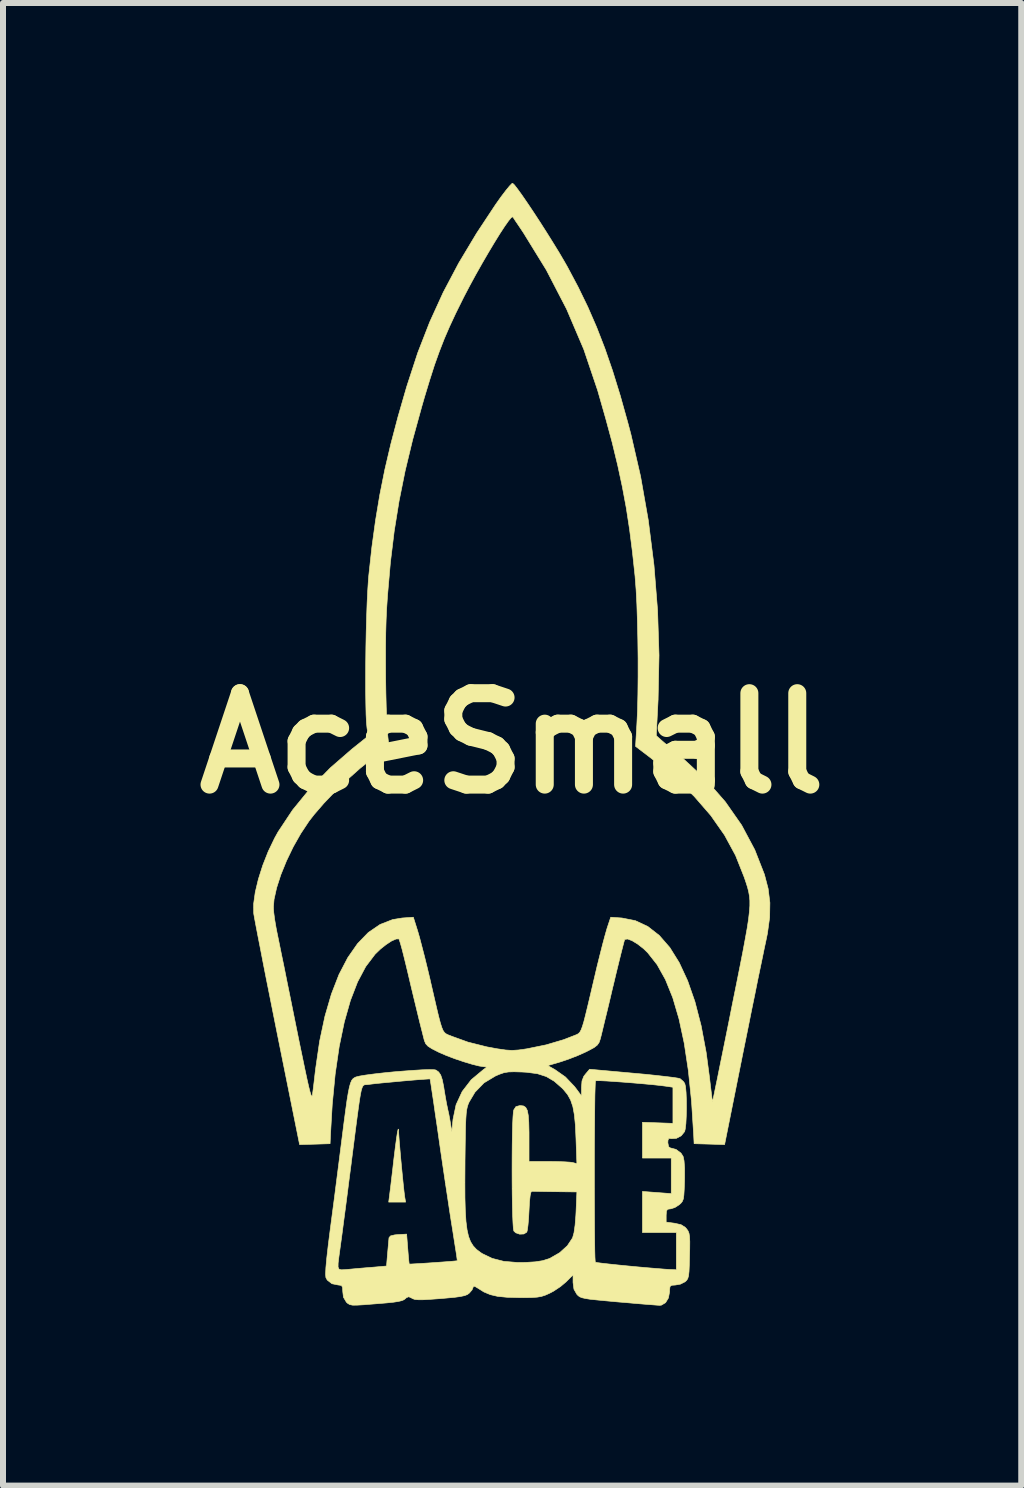
<source format=kicad_pcb>
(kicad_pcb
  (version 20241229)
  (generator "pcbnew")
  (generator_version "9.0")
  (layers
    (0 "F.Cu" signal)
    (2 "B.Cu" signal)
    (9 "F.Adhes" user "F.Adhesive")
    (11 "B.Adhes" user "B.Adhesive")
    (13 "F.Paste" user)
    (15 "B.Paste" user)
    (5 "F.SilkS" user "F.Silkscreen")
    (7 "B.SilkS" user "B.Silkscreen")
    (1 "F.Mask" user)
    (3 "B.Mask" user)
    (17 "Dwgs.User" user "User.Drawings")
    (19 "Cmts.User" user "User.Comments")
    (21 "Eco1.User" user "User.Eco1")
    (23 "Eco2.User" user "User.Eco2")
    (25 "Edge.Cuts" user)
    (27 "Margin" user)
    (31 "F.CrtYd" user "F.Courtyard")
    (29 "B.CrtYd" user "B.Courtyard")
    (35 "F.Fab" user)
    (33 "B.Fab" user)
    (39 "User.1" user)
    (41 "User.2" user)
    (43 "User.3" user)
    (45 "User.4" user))
  (footprint "AceSmall"
    (layer "F.Cu")
    (at 5.486 9.339)
    (property "Reference" "AceSmall" (at 0 0 0) (layer "F.SilkS") (effects (font (size 1.524 1.524) (thickness 0.3))))
    (attr through_hole)
    (fp_poly (pts (xy -1.893 6.436) (xy -1.891 6.481) (xy -1.888 6.534) (xy -1.881 6.632) (xy -1.87 6.761) (xy -1.857 6.911) (xy -1.842 7.07) (xy -1.827 7.224) (xy -1.813 7.363) (xy -1.801 7.474) (xy -1.792 7.546) (xy -1.791 7.556) (xy -1.775 7.648) (xy -2.057 7.648) (xy -2.045 7.556) (xy -2.038 7.499) (xy -2.025 7.397) (xy -2.009 7.26) (xy -1.99 7.101) (xy -1.974 6.957) (xy -1.948 6.746) (xy -1.927 6.588) (xy -1.911 6.483) (xy -1.899 6.432) (xy -1.893 6.436)) (stroke (width 0.01) (type solid)) (fill yes) (layer "F.SilkS"))
    (fp_poly (pts (xy 0.039 -9.306) (xy 0.093 -9.236) (xy 0.168 -9.132) (xy 0.258 -9.001) (xy 0.359 -8.85) (xy 0.467 -8.685) (xy 0.576 -8.514) (xy 0.683 -8.343) (xy 0.783 -8.18) (xy 0.87 -8.032) (xy 0.923 -7.939) (xy 1.101 -7.604) (xy 1.262 -7.273) (xy 1.409 -6.935) (xy 1.546 -6.582) (xy 1.676 -6.205) (xy 1.803 -5.794) (xy 1.93 -5.34) (xy 1.98 -5.151) (xy 2.141 -4.451) (xy 2.27 -3.718) (xy 2.365 -2.967) (xy 2.425 -2.212) (xy 2.449 -1.467) (xy 2.434 -0.748) (xy 2.434 -0.734) (xy 2.403 -0.127) (xy 2.482 -0.056) (xy 2.533 -0.012) (xy 2.617 0.059) (xy 2.722 0.148) (xy 2.838 0.246) (xy 2.859 0.263) (xy 3.232 0.608) (xy 3.554 0.976) (xy 3.826 1.365) (xy 4.045 1.776) (xy 4.206 2.187) (xy 4.268 2.424) (xy 4.297 2.658) (xy 4.293 2.902) (xy 4.256 3.171) (xy 4.226 3.316) (xy 4.207 3.403) (xy 4.179 3.54) (xy 4.142 3.718) (xy 4.097 3.933) (xy 4.048 4.178) (xy 3.993 4.445) (xy 3.936 4.73) (xy 3.876 5.025) (xy 3.849 5.158) (xy 3.542 6.69) (xy 3.288 6.682) (xy 3.034 6.675) (xy 3.027 6.533) (xy 2.991 5.969) (xy 2.938 5.457) (xy 2.869 4.999) (xy 2.782 4.594) (xy 2.678 4.241) (xy 2.556 3.939) (xy 2.417 3.69) (xy 2.261 3.492) (xy 2.191 3.424) (xy 2.091 3.346) (xy 2 3.291) (xy 1.926 3.263) (xy 1.881 3.269) (xy 1.876 3.274) (xy 1.866 3.307) (xy 1.845 3.388) (xy 1.814 3.509) (xy 1.776 3.663) (xy 1.732 3.843) (xy 1.685 4.041) (xy 1.68 4.059) (xy 1.632 4.264) (xy 1.586 4.456) (xy 1.544 4.627) (xy 1.51 4.769) (xy 1.485 4.872) (xy 1.47 4.929) (xy 1.47 4.93) (xy 1.45 4.988) (xy 1.42 5.031) (xy 1.368 5.072) (xy 1.281 5.119) (xy 1.232 5.144) (xy 1.096 5.205) (xy 0.942 5.265) (xy 0.809 5.31) (xy 0.595 5.373) (xy 0.714 5.44) (xy 0.889 5.563) (xy 1.041 5.723) (xy 1.076 5.769) (xy 1.157 5.879) (xy 1.157 5.735) (xy 1.165 5.629) (xy 1.195 5.552) (xy 1.225 5.513) (xy 1.292 5.434) (xy 2.022 5.5) (xy 2.221 5.518) (xy 2.403 5.537) (xy 2.56 5.555) (xy 2.685 5.57) (xy 2.768 5.583) (xy 2.8 5.591) (xy 2.855 5.638) (xy 2.878 5.671) (xy 2.891 5.725) (xy 2.9 5.821) (xy 2.905 5.945) (xy 2.906 6.082) (xy 2.903 6.218) (xy 2.897 6.339) (xy 2.886 6.43) (xy 2.876 6.473) (xy 2.82 6.542) (xy 2.74 6.585) (xy 2.658 6.591) (xy 2.65 6.589) (xy 2.612 6.586) (xy 2.598 6.62) (xy 2.596 6.659) (xy 2.609 6.726) (xy 2.637 6.745) (xy 2.732 6.77) (xy 2.815 6.832) (xy 2.851 6.888) (xy 2.866 6.959) (xy 2.875 7.079) (xy 2.875 7.239) (xy 2.874 7.296) (xy 2.869 7.437) (xy 2.863 7.533) (xy 2.854 7.596) (xy 2.837 7.638) (xy 2.812 7.669) (xy 2.785 7.693) (xy 2.713 7.739) (xy 2.644 7.761) (xy 2.637 7.761) (xy 2.592 7.768) (xy 2.573 7.798) (xy 2.568 7.869) (xy 2.568 7.871) (xy 2.568 7.982) (xy 2.709 8.001) (xy 2.816 8.025) (xy 2.886 8.069) (xy 2.909 8.095) (xy 2.933 8.129) (xy 2.949 8.169) (xy 2.958 8.225) (xy 2.962 8.307) (xy 2.961 8.427) (xy 2.958 8.546) (xy 2.954 8.699) (xy 2.949 8.807) (xy 2.941 8.878) (xy 2.928 8.923) (xy 2.909 8.953) (xy 2.883 8.977) (xy 2.806 9.016) (xy 2.72 9.031) (xy 2.659 9.035) (xy 2.632 9.056) (xy 2.625 9.112) (xy 2.625 9.144) (xy 2.606 9.246) (xy 2.558 9.325) (xy 2.489 9.366) (xy 2.462 9.369) (xy 2.421 9.367) (xy 2.332 9.36) (xy 2.204 9.35) (xy 2.047 9.337) (xy 1.868 9.321) (xy 1.778 9.314) (xy 1.573 9.295) (xy 1.416 9.28) (xy 1.301 9.268) (xy 1.22 9.255) (xy 1.164 9.242) (xy 1.127 9.227) (xy 1.101 9.208) (xy 1.079 9.185) (xy 1.031 9.101) (xy 1.016 8.988) (xy 1.016 8.987) (xy 1.016 8.862) (xy 0.9 8.978) (xy 0.806 9.057) (xy 0.691 9.133) (xy 0.625 9.168) (xy 0.553 9.2) (xy 0.488 9.221) (xy 0.417 9.233) (xy 0.324 9.239) (xy 0.196 9.241) (xy 0.113 9.24) (xy -0.085 9.235) (xy -0.239 9.22) (xy -0.363 9.191) (xy -0.469 9.147) (xy -0.566 9.086) (xy -0.623 9.052) (xy -0.647 9.054) (xy -0.649 9.067) (xy -0.668 9.113) (xy -0.713 9.165) (xy -0.745 9.189) (xy -0.791 9.207) (xy -0.86 9.222) (xy -0.96 9.236) (xy -1.103 9.249) (xy -1.194 9.257) (xy -1.361 9.269) (xy -1.482 9.276) (xy -1.565 9.276) (xy -1.621 9.271) (xy -1.658 9.258) (xy -1.671 9.25) (xy -1.722 9.226) (xy -1.761 9.241) (xy -1.779 9.258) (xy -1.803 9.276) (xy -1.838 9.291) (xy -1.893 9.304) (xy -1.975 9.317) (xy -2.091 9.329) (xy -2.248 9.342) (xy -2.454 9.358) (xy -2.459 9.359) (xy -2.579 9.366) (xy -2.656 9.367) (xy -2.706 9.357) (xy -2.741 9.336) (xy -2.762 9.317) (xy -2.811 9.234) (xy -2.822 9.144) (xy -2.826 9.071) (xy -2.844 9.039) (xy -2.887 9.031) (xy -2.895 9.031) (xy -3.003 9.009) (xy -3.081 8.948) (xy -3.104 8.906) (xy -3.109 8.852) (xy -3.104 8.743) (xy -3.103 8.731) (xy -2.901 8.731) (xy -2.885 8.766) (xy -2.85 8.777) (xy -2.793 8.775) (xy -2.716 8.768) (xy -2.585 8.756) (xy -2.434 8.743) (xy -2.309 8.733) (xy -2.093 8.714) (xy -2.075 8.499) (xy -2.065 8.389) (xy -2.057 8.299) (xy -2.052 8.245) (xy -2.051 8.241) (xy -2.026 8.212) (xy -1.957 8.195) (xy -1.902 8.19) (xy -1.758 8.182) (xy -1.739 8.428) (xy -1.73 8.539) (xy -1.722 8.626) (xy -1.716 8.675) (xy -1.714 8.681) (xy -1.686 8.681) (xy -1.614 8.677) (xy -1.51 8.671) (xy -1.387 8.663) (xy -1.257 8.654) (xy -1.132 8.645) (xy -1.025 8.637) (xy -0.949 8.63) (xy -0.914 8.626) (xy -0.913 8.626) (xy -0.917 8.598) (xy -0.927 8.524) (xy -0.945 8.411) (xy -0.967 8.271) (xy -0.989 8.129) (xy -1.013 7.98) (xy -1.043 7.787) (xy -1.077 7.559) (xy -1.114 7.316) (xy -0.787 7.316) (xy -0.786 7.577) (xy -0.78 7.792) (xy -0.769 7.968) (xy -0.751 8.109) (xy -0.726 8.221) (xy -0.692 8.309) (xy -0.648 8.379) (xy -0.594 8.437) (xy -0.528 8.487) (xy -0.496 8.508) (xy -0.331 8.587) (xy -0.139 8.636) (xy 0.088 8.655) (xy 0.226 8.654) (xy 0.387 8.644) (xy 0.509 8.625) (xy 0.611 8.593) (xy 0.635 8.583) (xy 0.793 8.492) (xy 0.921 8.376) (xy 1.006 8.248) (xy 1.009 8.241) (xy 1.032 8.159) (xy 1.05 8.032) (xy 1.063 7.869) (xy 1.066 7.811) (xy 1.08 7.479) (xy 0.724 7.475) (xy 0.585 7.473) (xy 0.466 7.471) (xy 0.378 7.469) (xy 0.333 7.468) (xy 0.332 7.468) (xy 0.314 7.484) (xy 0.301 7.541) (xy 0.29 7.644) (xy 0.282 7.789) (xy 0.275 7.921) (xy 0.265 8.034) (xy 0.254 8.115) (xy 0.245 8.149) (xy 0.196 8.18) (xy 0.126 8.183) (xy 0.06 8.16) (xy 0.029 8.13) (xy 0.021 8.087) (xy 0.015 7.997) (xy 0.009 7.866) (xy 0.005 7.703) (xy 0.002 7.516) (xy 0.000402 7.314) (xy -0.000008 7.176) (xy 1.371 7.176) (xy 1.371 7.428) (xy 1.372 7.673) (xy 1.373 7.904) (xy 1.374 8.116) (xy 1.376 8.301) (xy 1.378 8.453) (xy 1.381 8.566) (xy 1.385 8.633) (xy 1.388 8.65) (xy 1.419 8.657) (xy 1.496 8.667) (xy 1.611 8.68) (xy 1.752 8.695) (xy 1.912 8.711) (xy 2.08 8.727) (xy 2.247 8.742) (xy 2.403 8.755) (xy 2.539 8.766) (xy 2.644 8.773) (xy 2.66 8.773) (xy 2.738 8.777) (xy 2.738 8.156) (xy 2.173 8.156) (xy 2.173 7.471) (xy 2.413 7.489) (xy 2.653 7.507) (xy 2.653 6.914) (xy 2.173 6.914) (xy 2.173 6.318) (xy 2.427 6.327) (xy 2.681 6.336) (xy 2.681 6.035) (xy 2.681 5.734) (xy 2.575 5.718) (xy 2.474 5.705) (xy 2.343 5.691) (xy 2.191 5.677) (xy 2.029 5.663) (xy 1.866 5.65) (xy 1.713 5.639) (xy 1.579 5.63) (xy 1.474 5.625) (xy 1.408 5.625) (xy 1.391 5.627) (xy 1.387 5.658) (xy 1.384 5.74) (xy 1.38 5.865) (xy 1.378 6.027) (xy 1.376 6.22) (xy 1.374 6.438) (xy 1.372 6.674) (xy 1.371 6.922) (xy 1.371 7.176) (xy -0.000008 7.176) (xy -0.000221 7.104) (xy 0.000368 6.895) (xy 0.002 6.694) (xy 0.005 6.511) (xy 0.009 6.352) (xy 0.015 6.227) (xy 0.022 6.143) (xy 0.028 6.112) (xy 0.064 6.057) (xy 0.127 6.04) (xy 0.141 6.04) (xy 0.191 6.046) (xy 0.227 6.07) (xy 0.253 6.119) (xy 0.269 6.2) (xy 0.278 6.319) (xy 0.282 6.485) (xy 0.282 6.578) (xy 0.282 6.971) (xy 0.614 6.971) (xy 0.751 6.973) (xy 0.874 6.977) (xy 0.966 6.983) (xy 1.013 6.99) (xy 1.08 7.008) (xy 1.065 6.587) (xy 1.055 6.367) (xy 1.038 6.193) (xy 1.013 6.057) (xy 0.976 5.948) (xy 0.925 5.856) (xy 0.857 5.773) (xy 0.833 5.748) (xy 0.703 5.634) (xy 0.571 5.556) (xy 0.422 5.508) (xy 0.239 5.484) (xy 0.166 5.48) (xy 0.034 5.476) (xy -0.061 5.479) (xy -0.137 5.492) (xy -0.212 5.518) (xy -0.279 5.547) (xy -0.468 5.661) (xy -0.619 5.817) (xy -0.716 5.98) (xy -0.733 6.019) (xy -0.746 6.06) (xy -0.757 6.11) (xy -0.765 6.175) (xy -0.771 6.263) (xy -0.776 6.379) (xy -0.779 6.53) (xy -0.782 6.724) (xy -0.785 6.966) (xy -0.785 7.004) (xy -0.787 7.316) (xy -1.114 7.316) (xy -1.115 7.308) (xy -1.154 7.045) (xy -1.193 6.78) (xy -1.216 6.619) (xy -1.249 6.387) (xy -1.281 6.173) (xy -1.308 5.983) (xy -1.332 5.825) (xy -1.35 5.703) (xy -1.362 5.625) (xy -1.367 5.596) (xy -1.367 5.596) (xy -1.395 5.596) (xy -1.469 5.601) (xy -1.578 5.609) (xy -1.71 5.62) (xy -1.856 5.633) (xy -2.004 5.647) (xy -2.145 5.66) (xy -2.267 5.672) (xy -2.359 5.683) (xy -2.403 5.689) (xy -2.429 5.691) (xy -2.451 5.692) (xy -2.469 5.697) (xy -2.485 5.711) (xy -2.499 5.738) (xy -2.513 5.782) (xy -2.527 5.849) (xy -2.543 5.944) (xy -2.561 6.071) (xy -2.583 6.234) (xy -2.61 6.439) (xy -2.642 6.691) (xy -2.681 6.994) (xy -2.681 6.999) (xy -2.715 7.258) (xy -2.747 7.51) (xy -2.778 7.749) (xy -2.807 7.966) (xy -2.831 8.152) (xy -2.851 8.299) (xy -2.865 8.4) (xy -2.866 8.408) (xy -2.887 8.561) (xy -2.9 8.666) (xy -2.901 8.731) (xy -3.103 8.731) (xy -3.089 8.58) (xy -3.064 8.362) (xy -3.032 8.11) (xy -3 7.866) (xy -2.963 7.586) (xy -2.925 7.288) (xy -2.887 6.991) (xy -2.852 6.715) (xy -2.836 6.59) (xy -2.803 6.329) (xy -2.775 6.118) (xy -2.752 5.952) (xy -2.731 5.825) (xy -2.712 5.731) (xy -2.693 5.665) (xy -2.674 5.62) (xy -2.652 5.592) (xy -2.626 5.574) (xy -2.603 5.563) (xy -2.543 5.548) (xy -2.441 5.531) (xy -2.305 5.513) (xy -2.148 5.495) (xy -1.978 5.478) (xy -1.805 5.464) (xy -1.641 5.452) (xy -1.495 5.443) (xy -1.377 5.44) (xy -1.298 5.442) (xy -1.27 5.447) (xy -1.224 5.48) (xy -1.19 5.53) (xy -1.164 5.608) (xy -1.14 5.726) (xy -1.131 5.786) (xy -1.111 5.905) (xy -1.091 6.015) (xy -1.074 6.094) (xy -1.074 6.096) (xy -1.054 6.186) (xy -1.034 6.295) (xy -1.027 6.336) (xy -1.005 6.477) (xy -0.985 6.27) (xy -0.934 6.026) (xy -0.832 5.805) (xy -0.681 5.609) (xy -0.482 5.443) (xy -0.48 5.441) (xy -0.434 5.408) (xy -0.432 5.395) (xy -0.47 5.392) (xy -0.549 5.38) (xy -0.666 5.351) (xy -0.806 5.309) (xy -0.954 5.259) (xy -1.096 5.205) (xy -1.217 5.153) (xy -1.231 5.146) (xy -1.337 5.092) (xy -1.402 5.05) (xy -1.44 5.009) (xy -1.461 4.959) (xy -1.466 4.942) (xy -1.496 4.823) (xy -1.537 4.661) (xy -1.584 4.467) (xy -1.636 4.253) (xy -1.689 4.032) (xy -1.74 3.815) (xy -1.763 3.719) (xy -1.8 3.568) (xy -1.833 3.437) (xy -1.861 3.337) (xy -1.881 3.275) (xy -1.888 3.261) (xy -1.934 3.263) (xy -2.009 3.296) (xy -2.099 3.355) (xy -2.194 3.43) (xy -2.283 3.516) (xy -2.287 3.521) (xy -2.44 3.723) (xy -2.576 3.979) (xy -2.695 4.287) (xy -2.797 4.646) (xy -2.882 5.055) (xy -2.949 5.514) (xy -2.998 6.021) (xy -3.027 6.519) (xy -3.034 6.675) (xy -3.288 6.683) (xy -3.542 6.69) (xy -3.916 4.834) (xy -3.98 4.514) (xy -4.041 4.208) (xy -4.099 3.919) (xy -4.151 3.654) (xy -4.197 3.416) (xy -4.237 3.212) (xy -4.269 3.046) (xy -4.292 2.923) (xy -4.305 2.849) (xy -4.307 2.832) (xy -4.308 2.734) (xy -3.979 2.734) (xy -3.973 2.821) (xy -3.957 2.942) (xy -3.934 3.076) (xy -3.923 3.133) (xy -3.906 3.216) (xy -3.879 3.348) (xy -3.844 3.521) (xy -3.801 3.728) (xy -3.754 3.963) (xy -3.702 4.218) (xy -3.648 4.486) (xy -3.606 4.694) (xy -3.545 4.995) (xy -3.493 5.245) (xy -3.451 5.447) (xy -3.417 5.606) (xy -3.39 5.725) (xy -3.369 5.808) (xy -3.353 5.859) (xy -3.342 5.882) (xy -3.334 5.881) (xy -3.328 5.86) (xy -3.327 5.851) (xy -3.315 5.763) (xy -3.3 5.64) (xy -3.284 5.5) (xy -3.274 5.419) (xy -3.208 4.965) (xy -3.12 4.552) (xy -3.012 4.181) (xy -2.885 3.854) (xy -2.739 3.574) (xy -2.576 3.34) (xy -2.397 3.155) (xy -2.201 3.021) (xy -1.991 2.939) (xy -1.832 2.913) (xy -1.646 2.9) (xy -1.572 3.136) (xy -1.543 3.236) (xy -1.506 3.378) (xy -1.461 3.551) (xy -1.414 3.742) (xy -1.367 3.939) (xy -1.355 3.993) (xy -1.301 4.227) (xy -1.258 4.413) (xy -1.224 4.555) (xy -1.196 4.661) (xy -1.172 4.737) (xy -1.15 4.789) (xy -1.127 4.822) (xy -1.101 4.843) (xy -1.07 4.859) (xy -1.03 4.874) (xy -1.009 4.883) (xy -0.735 4.982) (xy -0.42 5.061) (xy -0.247 5.093) (xy -0.111 5.113) (xy -0.002 5.12) (xy 0.106 5.113) (xy 0.241 5.094) (xy 0.247 5.093) (xy 0.569 5.027) (xy 0.859 4.941) (xy 1.006 4.884) (xy 1.047 4.868) (xy 1.079 4.855) (xy 1.106 4.84) (xy 1.129 4.816) (xy 1.15 4.778) (xy 1.172 4.72) (xy 1.197 4.637) (xy 1.226 4.523) (xy 1.263 4.371) (xy 1.309 4.177) (xy 1.366 3.934) (xy 1.372 3.909) (xy 1.418 3.713) (xy 1.465 3.525) (xy 1.508 3.355) (xy 1.546 3.213) (xy 1.575 3.111) (xy 1.584 3.08) (xy 1.644 2.9) (xy 1.831 2.913) (xy 2.054 2.957) (xy 2.262 3.054) (xy 2.454 3.204) (xy 2.629 3.405) (xy 2.786 3.657) (xy 2.926 3.959) (xy 3.048 4.309) (xy 3.151 4.708) (xy 3.235 5.154) (xy 3.289 5.56) (xy 3.306 5.705) (xy 3.321 5.828) (xy 3.332 5.919) (xy 3.339 5.968) (xy 3.34 5.974) (xy 3.346 5.948) (xy 3.363 5.872) (xy 3.388 5.749) (xy 3.422 5.587) (xy 3.462 5.388) (xy 3.509 5.158) (xy 3.561 4.902) (xy 3.617 4.625) (xy 3.665 4.382) (xy 3.736 4.032) (xy 3.796 3.732) (xy 3.846 3.478) (xy 3.886 3.263) (xy 3.918 3.085) (xy 3.941 2.936) (xy 3.955 2.813) (xy 3.963 2.71) (xy 3.963 2.623) (xy 3.956 2.546) (xy 3.943 2.474) (xy 3.925 2.403) (xy 3.901 2.327) (xy 3.872 2.241) (xy 3.866 2.225) (xy 3.725 1.87) (xy 3.541 1.531) (xy 3.312 1.204) (xy 3.035 0.885) (xy 2.708 0.571) (xy 2.327 0.257) (xy 2.292 0.23) (xy 2.058 0.052) (xy 2.08 -0.319) (xy 2.091 -0.549) (xy 2.097 -0.816) (xy 2.1 -1.109) (xy 2.1 -1.417) (xy 2.096 -1.727) (xy 2.089 -2.029) (xy 2.08 -2.31) (xy 2.067 -2.559) (xy 2.051 -2.764) (xy 2.05 -2.78) (xy 2.006 -3.187) (xy 1.958 -3.565) (xy 1.903 -3.924) (xy 1.837 -4.277) (xy 1.76 -4.635) (xy 1.669 -5.011) (xy 1.56 -5.414) (xy 1.433 -5.858) (xy 1.427 -5.879) (xy 1.195 -6.566) (xy 0.909 -7.236) (xy 0.57 -7.89) (xy 0.189 -8.509) (xy 0.119 -8.614) (xy 0.061 -8.699) (xy 0.023 -8.757) (xy 0.01 -8.775) (xy -0.013 -8.763) (xy -0.059 -8.708) (xy -0.124 -8.616) (xy -0.205 -8.492) (xy -0.297 -8.343) (xy -0.397 -8.176) (xy -0.501 -7.997) (xy -0.606 -7.811) (xy -0.707 -7.625) (xy -0.801 -7.446) (xy -0.82 -7.408) (xy -0.939 -7.168) (xy -1.041 -6.949) (xy -1.131 -6.741) (xy -1.213 -6.53) (xy -1.293 -6.307) (xy -1.373 -6.057) (xy -1.46 -5.771) (xy -1.506 -5.611) (xy -1.658 -5.059) (xy -1.783 -4.54) (xy -1.884 -4.038) (xy -1.965 -3.536) (xy -2.028 -3.018) (xy -2.076 -2.469) (xy -2.092 -2.231) (xy -2.1 -2.056) (xy -2.106 -1.844) (xy -2.109 -1.606) (xy -2.109 -1.352) (xy -2.108 -1.094) (xy -2.104 -0.841) (xy -2.098 -0.604) (xy -2.09 -0.394) (xy -2.081 -0.221) (xy -2.071 -0.11) (xy -2.053 0.047) (xy -2.332 0.256) (xy -2.532 0.416) (xy -2.741 0.602) (xy -2.947 0.801) (xy -3.138 1.001) (xy -3.302 1.191) (xy -3.385 1.298) (xy -3.522 1.504) (xy -3.649 1.728) (xy -3.761 1.961) (xy -3.855 2.192) (xy -3.925 2.409) (xy -3.968 2.602) (xy -3.979 2.734) (xy -4.308 2.734) (xy -4.308 2.675) (xy -4.281 2.482) (xy -4.229 2.265) (xy -4.156 2.035) (xy -4.065 1.804) (xy -3.959 1.583) (xy -3.901 1.478) (xy -3.659 1.113) (xy -3.367 0.755) (xy -3.03 0.41) (xy -2.673 0.1) (xy -2.397 -0.121) (xy -2.418 -0.251) (xy -2.427 -0.34) (xy -2.434 -0.478) (xy -2.438 -0.655) (xy -2.441 -0.865) (xy -2.441 -1.098) (xy -2.44 -1.347) (xy -2.437 -1.603) (xy -2.432 -1.858) (xy -2.425 -2.105) (xy -2.417 -2.334) (xy -2.407 -2.538) (xy -2.396 -2.709) (xy -2.389 -2.794) (xy -2.337 -3.272) (xy -2.276 -3.716) (xy -2.205 -4.143) (xy -2.121 -4.563) (xy -2.02 -4.993) (xy -1.901 -5.445) (xy -1.76 -5.933) (xy -1.749 -5.968) (xy -1.573 -6.507) (xy -1.374 -7.019) (xy -1.148 -7.515) (xy -0.889 -8.005) (xy -0.591 -8.502) (xy -0.273 -8.983) (xy -0.185 -9.107) (xy -0.107 -9.21) (xy -0.044 -9.287) (xy -0.003 -9.329) (xy 0.009 -9.334) (xy 0.039 -9.306)) (stroke (width 0.01) (type solid)) (fill yes) (layer "F.SilkS")))
  (gr_rect
    (start -3 -3)
    (end 13.973 21.713)
    (stroke (width 0.1) (type default))
    (fill no)
    (layer "Edge.Cuts")))
</source>
